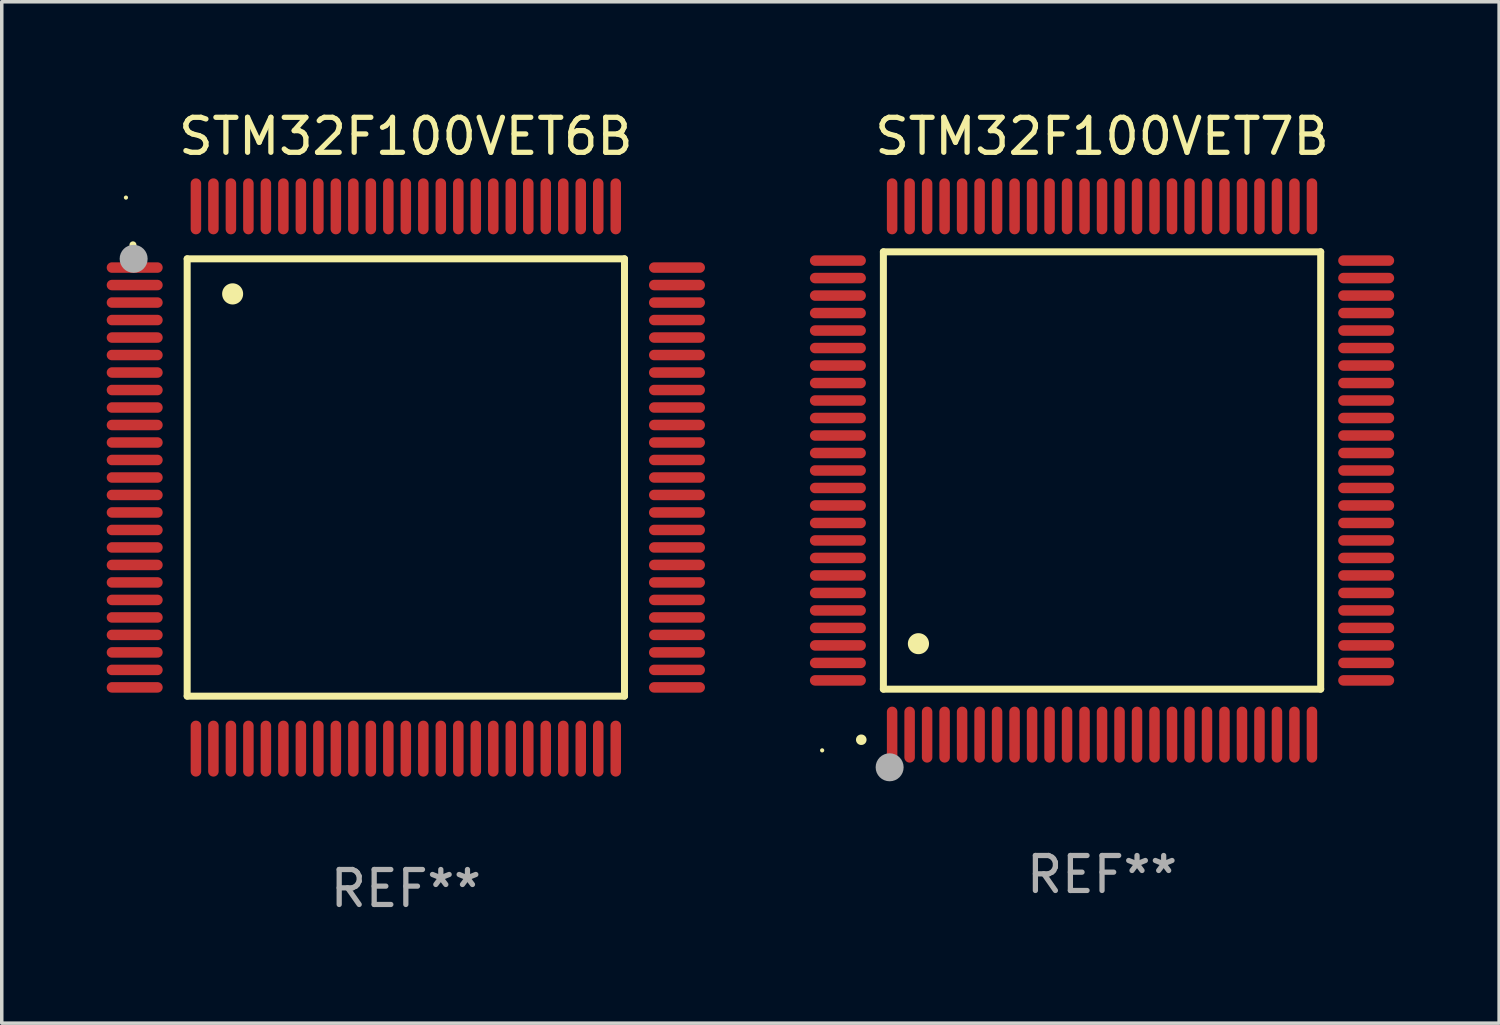
<source format=kicad_pcb>
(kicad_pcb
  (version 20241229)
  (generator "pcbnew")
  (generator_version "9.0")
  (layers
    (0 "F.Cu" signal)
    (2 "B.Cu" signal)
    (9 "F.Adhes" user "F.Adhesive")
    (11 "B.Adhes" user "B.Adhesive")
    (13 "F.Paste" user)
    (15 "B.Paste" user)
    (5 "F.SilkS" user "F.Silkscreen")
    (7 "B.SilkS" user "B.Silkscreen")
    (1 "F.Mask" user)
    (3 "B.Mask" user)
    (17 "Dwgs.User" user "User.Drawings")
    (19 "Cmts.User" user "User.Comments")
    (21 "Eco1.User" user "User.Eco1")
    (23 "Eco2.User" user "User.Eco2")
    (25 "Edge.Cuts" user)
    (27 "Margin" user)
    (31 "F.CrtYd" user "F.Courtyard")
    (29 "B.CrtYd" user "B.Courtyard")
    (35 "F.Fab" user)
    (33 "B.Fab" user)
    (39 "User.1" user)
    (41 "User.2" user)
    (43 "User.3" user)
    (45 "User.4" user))
  (footprint "STM32F100VET6B"
    (layer "F.Cu")
    (at 8.55 10.598)
    (property "Reference" "STM32F100VET6B" (at 0 -9.75 0) (layer "F.SilkS") (effects (font (size 1 1) (thickness 0.15))))
    (attr through_hole)
    (fp_line (start -6.25 -6.25) (end -6.25 6.25) (stroke (width 0.2) (type solid)) (layer "F.SilkS"))
    (fp_line (start -6.25 6.25) (end 6.25 6.25) (stroke (width 0.2) (type solid)) (layer "F.SilkS"))
    (fp_line (start 6.25 -6.25) (end -6.25 -6.25) (stroke (width 0.2) (type solid)) (layer "F.SilkS"))
    (fp_line (start 6.25 6.25) (end 6.25 -6.25) (stroke (width 0.2) (type solid)) (layer "F.SilkS"))
    (fp_arc (start -7.799568 -6.647625) (mid -7.799571 -6.648463) (end -7.799568 -6.649301) (stroke (width 0.2) (type solid)) (layer "F.SilkS"))
    (fp_arc (start -4.95047 -5.245111) (mid -4.950481 -5.247651) (end -4.95047 -5.250191) (stroke (width 0.6) (type solid)) (layer "F.SilkS"))
    (fp_circle (center -8 -8) (end -7.97 -8) (stroke (width 0.06) (type solid)) (fill no) (layer "F.SilkS"))
    (fp_circle (center -7.78 -6.25) (end -7.58 -6.25) (stroke (width 0.4) (type solid)) (fill no) (layer "F.Fab"))
    (fp_text user "REF**" (at 0 11.75 0) (layer "F.Fab") (effects (font (size 1 1) (thickness 0.15))))
    (pad "1" smd oval (at -7.75 -6 90) (size 0.3 1.6) (layers "F.Cu" "F.Mask" "F.Paste"))
    (pad "2" smd oval (at -7.75 -5.5 90) (size 0.3 1.6) (layers "F.Cu" "F.Mask" "F.Paste"))
    (pad "3" smd oval (at -7.75 -5 90) (size 0.3 1.6) (layers "F.Cu" "F.Mask" "F.Paste"))
    (pad "4" smd oval (at -7.75 -4.5 90) (size 0.3 1.6) (layers "F.Cu" "F.Mask" "F.Paste"))
    (pad "5" smd oval (at -7.75 -4 90) (size 0.3 1.6) (layers "F.Cu" "F.Mask" "F.Paste"))
    (pad "6" smd oval (at -7.75 -3.5 90) (size 0.3 1.6) (layers "F.Cu" "F.Mask" "F.Paste"))
    (pad "7" smd oval (at -7.75 -3 90) (size 0.3 1.6) (layers "F.Cu" "F.Mask" "F.Paste"))
    (pad "8" smd oval (at -7.75 -2.5 90) (size 0.3 1.6) (layers "F.Cu" "F.Mask" "F.Paste"))
    (pad "9" smd oval (at -7.75 -2 90) (size 0.3 1.6) (layers "F.Cu" "F.Mask" "F.Paste"))
    (pad "10" smd oval (at -7.75 -1.5 90) (size 0.3 1.6) (layers "F.Cu" "F.Mask" "F.Paste"))
    (pad "11" smd oval (at -7.75 -1 90) (size 0.3 1.6) (layers "F.Cu" "F.Mask" "F.Paste"))
    (pad "12" smd oval (at -7.75 -0.5 90) (size 0.3 1.6) (layers "F.Cu" "F.Mask" "F.Paste"))
    (pad "13" smd oval (at -7.75 0 90) (size 0.3 1.6) (layers "F.Cu" "F.Mask" "F.Paste"))
    (pad "14" smd oval (at -7.75 0.5 90) (size 0.3 1.6) (layers "F.Cu" "F.Mask" "F.Paste"))
    (pad "15" smd oval (at -7.75 1 90) (size 0.3 1.6) (layers "F.Cu" "F.Mask" "F.Paste"))
    (pad "16" smd oval (at -7.75 1.5 90) (size 0.3 1.6) (layers "F.Cu" "F.Mask" "F.Paste"))
    (pad "17" smd oval (at -7.75 2 90) (size 0.3 1.6) (layers "F.Cu" "F.Mask" "F.Paste"))
    (pad "18" smd oval (at -7.75 2.5 90) (size 0.3 1.6) (layers "F.Cu" "F.Mask" "F.Paste"))
    (pad "19" smd oval (at -7.75 3 90) (size 0.3 1.6) (layers "F.Cu" "F.Mask" "F.Paste"))
    (pad "20" smd oval (at -7.75 3.5 90) (size 0.3 1.6) (layers "F.Cu" "F.Mask" "F.Paste"))
    (pad "21" smd oval (at -7.75 4 90) (size 0.3 1.6) (layers "F.Cu" "F.Mask" "F.Paste"))
    (pad "22" smd oval (at -7.75 4.5 90) (size 0.3 1.6) (layers "F.Cu" "F.Mask" "F.Paste"))
    (pad "23" smd oval (at -7.75 5 90) (size 0.3 1.6) (layers "F.Cu" "F.Mask" "F.Paste"))
    (pad "24" smd oval (at -7.75 5.5 90) (size 0.3 1.6) (layers "F.Cu" "F.Mask" "F.Paste"))
    (pad "25" smd oval (at -7.75 6 90) (size 0.3 1.6) (layers "F.Cu" "F.Mask" "F.Paste"))
    (pad "26" smd oval (at -6 7.75) (size 0.3 1.6) (layers "F.Cu" "F.Mask" "F.Paste"))
    (pad "27" smd oval (at -5.5 7.75) (size 0.3 1.6) (layers "F.Cu" "F.Mask" "F.Paste"))
    (pad "28" smd oval (at -5 7.75) (size 0.3 1.6) (layers "F.Cu" "F.Mask" "F.Paste"))
    (pad "29" smd oval (at -4.5 7.75) (size 0.3 1.6) (layers "F.Cu" "F.Mask" "F.Paste"))
    (pad "30" smd oval (at -4 7.75) (size 0.3 1.6) (layers "F.Cu" "F.Mask" "F.Paste"))
    (pad "31" smd oval (at -3.5 7.75) (size 0.3 1.6) (layers "F.Cu" "F.Mask" "F.Paste"))
    (pad "32" smd oval (at -3 7.75) (size 0.3 1.6) (layers "F.Cu" "F.Mask" "F.Paste"))
    (pad "33" smd oval (at -2.5 7.75) (size 0.3 1.6) (layers "F.Cu" "F.Mask" "F.Paste"))
    (pad "34" smd oval (at -2 7.75) (size 0.3 1.6) (layers "F.Cu" "F.Mask" "F.Paste"))
    (pad "35" smd oval (at -1.5 7.75) (size 0.3 1.6) (layers "F.Cu" "F.Mask" "F.Paste"))
    (pad "36" smd oval (at -1 7.75) (size 0.3 1.6) (layers "F.Cu" "F.Mask" "F.Paste"))
    (pad "37" smd oval (at -0.5 7.75) (size 0.3 1.6) (layers "F.Cu" "F.Mask" "F.Paste"))
    (pad "38" smd oval (at 0 7.75) (size 0.3 1.6) (layers "F.Cu" "F.Mask" "F.Paste"))
    (pad "39" smd oval (at 0.5 7.75) (size 0.3 1.6) (layers "F.Cu" "F.Mask" "F.Paste"))
    (pad "40" smd oval (at 1 7.75) (size 0.3 1.6) (layers "F.Cu" "F.Mask" "F.Paste"))
    (pad "41" smd oval (at 1.5 7.75) (size 0.3 1.6) (layers "F.Cu" "F.Mask" "F.Paste"))
    (pad "42" smd oval (at 2 7.75) (size 0.3 1.6) (layers "F.Cu" "F.Mask" "F.Paste"))
    (pad "43" smd oval (at 2.5 7.75) (size 0.3 1.6) (layers "F.Cu" "F.Mask" "F.Paste"))
    (pad "44" smd oval (at 3 7.75) (size 0.3 1.6) (layers "F.Cu" "F.Mask" "F.Paste"))
    (pad "45" smd oval (at 3.5 7.75) (size 0.3 1.6) (layers "F.Cu" "F.Mask" "F.Paste"))
    (pad "46" smd oval (at 4 7.75) (size 0.3 1.6) (layers "F.Cu" "F.Mask" "F.Paste"))
    (pad "47" smd oval (at 4.5 7.75) (size 0.3 1.6) (layers "F.Cu" "F.Mask" "F.Paste"))
    (pad "48" smd oval (at 5 7.75) (size 0.3 1.6) (layers "F.Cu" "F.Mask" "F.Paste"))
    (pad "49" smd oval (at 5.5 7.75) (size 0.3 1.6) (layers "F.Cu" "F.Mask" "F.Paste"))
    (pad "50" smd oval (at 6 7.75) (size 0.3 1.6) (layers "F.Cu" "F.Mask" "F.Paste"))
    (pad "51" smd oval (at 7.75 6 90) (size 0.3 1.6) (layers "F.Cu" "F.Mask" "F.Paste"))
    (pad "52" smd oval (at 7.75 5.5 90) (size 0.3 1.6) (layers "F.Cu" "F.Mask" "F.Paste"))
    (pad "53" smd oval (at 7.75 5 90) (size 0.3 1.6) (layers "F.Cu" "F.Mask" "F.Paste"))
    (pad "54" smd oval (at 7.75 4.5 90) (size 0.3 1.6) (layers "F.Cu" "F.Mask" "F.Paste"))
    (pad "55" smd oval (at 7.75 4 90) (size 0.3 1.6) (layers "F.Cu" "F.Mask" "F.Paste"))
    (pad "56" smd oval (at 7.75 3.5 90) (size 0.3 1.6) (layers "F.Cu" "F.Mask" "F.Paste"))
    (pad "57" smd oval (at 7.75 3 90) (size 0.3 1.6) (layers "F.Cu" "F.Mask" "F.Paste"))
    (pad "58" smd oval (at 7.75 2.5 90) (size 0.3 1.6) (layers "F.Cu" "F.Mask" "F.Paste"))
    (pad "59" smd oval (at 7.75 2 90) (size 0.3 1.6) (layers "F.Cu" "F.Mask" "F.Paste"))
    (pad "60" smd oval (at 7.75 1.5 90) (size 0.3 1.6) (layers "F.Cu" "F.Mask" "F.Paste"))
    (pad "61" smd oval (at 7.75 1 90) (size 0.3 1.6) (layers "F.Cu" "F.Mask" "F.Paste"))
    (pad "62" smd oval (at 7.75 0.5 90) (size 0.3 1.6) (layers "F.Cu" "F.Mask" "F.Paste"))
    (pad "63" smd oval (at 7.75 0 90) (size 0.3 1.6) (layers "F.Cu" "F.Mask" "F.Paste"))
    (pad "64" smd oval (at 7.75 -0.5 90) (size 0.3 1.6) (layers "F.Cu" "F.Mask" "F.Paste"))
    (pad "65" smd oval (at 7.75 -1 90) (size 0.3 1.6) (layers "F.Cu" "F.Mask" "F.Paste"))
    (pad "66" smd oval (at 7.75 -1.5 90) (size 0.3 1.6) (layers "F.Cu" "F.Mask" "F.Paste"))
    (pad "67" smd oval (at 7.75 -2 90) (size 0.3 1.6) (layers "F.Cu" "F.Mask" "F.Paste"))
    (pad "68" smd oval (at 7.75 -2.5 90) (size 0.3 1.6) (layers "F.Cu" "F.Mask" "F.Paste"))
    (pad "69" smd oval (at 7.75 -3 90) (size 0.3 1.6) (layers "F.Cu" "F.Mask" "F.Paste"))
    (pad "70" smd oval (at 7.75 -3.5 90) (size 0.3 1.6) (layers "F.Cu" "F.Mask" "F.Paste"))
    (pad "71" smd oval (at 7.75 -4 90) (size 0.3 1.6) (layers "F.Cu" "F.Mask" "F.Paste"))
    (pad "72" smd oval (at 7.75 -4.5 90) (size 0.3 1.6) (layers "F.Cu" "F.Mask" "F.Paste"))
    (pad "73" smd oval (at 7.75 -5 90) (size 0.3 1.6) (layers "F.Cu" "F.Mask" "F.Paste"))
    (pad "74" smd oval (at 7.75 -5.5 90) (size 0.3 1.6) (layers "F.Cu" "F.Mask" "F.Paste"))
    (pad "75" smd oval (at 7.75 -6 90) (size 0.3 1.6) (layers "F.Cu" "F.Mask" "F.Paste"))
    (pad "76" smd oval (at 6 -7.75) (size 0.3 1.6) (layers "F.Cu" "F.Mask" "F.Paste"))
    (pad "77" smd oval (at 5.5 -7.75) (size 0.3 1.6) (layers "F.Cu" "F.Mask" "F.Paste"))
    (pad "78" smd oval (at 5 -7.75) (size 0.3 1.6) (layers "F.Cu" "F.Mask" "F.Paste"))
    (pad "79" smd oval (at 4.5 -7.75) (size 0.3 1.6) (layers "F.Cu" "F.Mask" "F.Paste"))
    (pad "80" smd oval (at 4 -7.75) (size 0.3 1.6) (layers "F.Cu" "F.Mask" "F.Paste"))
    (pad "81" smd oval (at 3.5 -7.75) (size 0.3 1.6) (layers "F.Cu" "F.Mask" "F.Paste"))
    (pad "82" smd oval (at 3 -7.75) (size 0.3 1.6) (layers "F.Cu" "F.Mask" "F.Paste"))
    (pad "83" smd oval (at 2.5 -7.75) (size 0.3 1.6) (layers "F.Cu" "F.Mask" "F.Paste"))
    (pad "84" smd oval (at 2 -7.75) (size 0.3 1.6) (layers "F.Cu" "F.Mask" "F.Paste"))
    (pad "85" smd oval (at 1.5 -7.75) (size 0.3 1.6) (layers "F.Cu" "F.Mask" "F.Paste"))
    (pad "86" smd oval (at 1 -7.75) (size 0.3 1.6) (layers "F.Cu" "F.Mask" "F.Paste"))
    (pad "87" smd oval (at 0.5 -7.75) (size 0.3 1.6) (layers "F.Cu" "F.Mask" "F.Paste"))
    (pad "88" smd oval (at 0 -7.75) (size 0.3 1.6) (layers "F.Cu" "F.Mask" "F.Paste"))
    (pad "89" smd oval (at -0.5 -7.75) (size 0.3 1.6) (layers "F.Cu" "F.Mask" "F.Paste"))
    (pad "90" smd oval (at -1 -7.75) (size 0.3 1.6) (layers "F.Cu" "F.Mask" "F.Paste"))
    (pad "91" smd oval (at -1.5 -7.75) (size 0.3 1.6) (layers "F.Cu" "F.Mask" "F.Paste"))
    (pad "92" smd oval (at -2 -7.75) (size 0.3 1.6) (layers "F.Cu" "F.Mask" "F.Paste"))
    (pad "93" smd oval (at -2.5 -7.75) (size 0.3 1.6) (layers "F.Cu" "F.Mask" "F.Paste"))
    (pad "94" smd oval (at -3 -7.75) (size 0.3 1.6) (layers "F.Cu" "F.Mask" "F.Paste"))
    (pad "95" smd oval (at -3.5 -7.75) (size 0.3 1.6) (layers "F.Cu" "F.Mask" "F.Paste"))
    (pad "96" smd oval (at -4 -7.75) (size 0.3 1.6) (layers "F.Cu" "F.Mask" "F.Paste"))
    (pad "97" smd oval (at -4.5 -7.75) (size 0.3 1.6) (layers "F.Cu" "F.Mask" "F.Paste"))
    (pad "98" smd oval (at -5 -7.75) (size 0.3 1.6) (layers "F.Cu" "F.Mask" "F.Paste"))
    (pad "99" smd oval (at -5.5 -7.75) (size 0.3 1.6) (layers "F.Cu" "F.Mask" "F.Paste"))
    (pad "100" smd oval (at -6 -7.75) (size 0.3 1.6) (layers "F.Cu" "F.Mask" "F.Paste")))
  (footprint "STM32F100VET7B"
    (layer "F.Cu")
    (at 28.45 10.398)
    (property "Reference" "STM32F100VET7B" (at 0 -9.55 0) (layer "F.SilkS") (effects (font (size 1 1) (thickness 0.15))))
    (attr through_hole)
    (fp_line (start -6.25 -6.25) (end -6.25 6.25) (stroke (width 0.2) (type solid)) (layer "F.SilkS"))
    (fp_line (start -6.25 6.25) (end 6.25 6.25) (stroke (width 0.2) (type solid)) (layer "F.SilkS"))
    (fp_line (start 6.25 -6.25) (end -6.25 -6.25) (stroke (width 0.2) (type solid)) (layer "F.SilkS"))
    (fp_line (start 6.25 6.25) (end 6.25 -6.25) (stroke (width 0.2) (type solid)) (layer "F.SilkS"))
    (fp_arc (start -6.883414 7.696215) (mid -6.882144 7.69621) (end -6.880874 7.696215) (stroke (width 0.3) (type solid)) (layer "F.SilkS"))
    (fp_arc (start -5.250191 4.95047) (mid -5.247651 4.950459) (end -5.245111 4.95047) (stroke (width 0.6) (type solid)) (layer "F.SilkS"))
    (fp_circle (center -8 8) (end -7.97 8) (stroke (width 0.06) (type solid)) (fill no) (layer "F.SilkS"))
    (fp_circle (center -6.071 8.484) (end -5.871 8.484) (stroke (width 0.4) (type solid)) (fill no) (layer "F.Fab"))
    (fp_text user "REF**" (at 0 11.55 0) (layer "F.Fab") (effects (font (size 1 1) (thickness 0.15))))
    (pad "1" smd oval (at -6 7.55) (size 0.3 1.6) (layers "F.Cu" "F.Mask" "F.Paste"))
    (pad "2" smd oval (at -5.5 7.55) (size 0.3 1.6) (layers "F.Cu" "F.Mask" "F.Paste"))
    (pad "3" smd oval (at -5 7.55) (size 0.3 1.6) (layers "F.Cu" "F.Mask" "F.Paste"))
    (pad "4" smd oval (at -4.5 7.55) (size 0.3 1.6) (layers "F.Cu" "F.Mask" "F.Paste"))
    (pad "5" smd oval (at -4 7.55) (size 0.3 1.6) (layers "F.Cu" "F.Mask" "F.Paste"))
    (pad "6" smd oval (at -3.5 7.55) (size 0.3 1.6) (layers "F.Cu" "F.Mask" "F.Paste"))
    (pad "7" smd oval (at -3 7.55) (size 0.3 1.6) (layers "F.Cu" "F.Mask" "F.Paste"))
    (pad "8" smd oval (at -2.5 7.55) (size 0.3 1.6) (layers "F.Cu" "F.Mask" "F.Paste"))
    (pad "9" smd oval (at -2 7.55) (size 0.3 1.6) (layers "F.Cu" "F.Mask" "F.Paste"))
    (pad "10" smd oval (at -1.5 7.55) (size 0.3 1.6) (layers "F.Cu" "F.Mask" "F.Paste"))
    (pad "11" smd oval (at -1 7.55) (size 0.3 1.6) (layers "F.Cu" "F.Mask" "F.Paste"))
    (pad "12" smd oval (at -0.5 7.55) (size 0.3 1.6) (layers "F.Cu" "F.Mask" "F.Paste"))
    (pad "13" smd oval (at 0 7.55) (size 0.3 1.6) (layers "F.Cu" "F.Mask" "F.Paste"))
    (pad "14" smd oval (at 0.5 7.55) (size 0.3 1.6) (layers "F.Cu" "F.Mask" "F.Paste"))
    (pad "15" smd oval (at 1 7.55) (size 0.3 1.6) (layers "F.Cu" "F.Mask" "F.Paste"))
    (pad "16" smd oval (at 1.5 7.55) (size 0.3 1.6) (layers "F.Cu" "F.Mask" "F.Paste"))
    (pad "17" smd oval (at 2 7.55) (size 0.3 1.6) (layers "F.Cu" "F.Mask" "F.Paste"))
    (pad "18" smd oval (at 2.5 7.55) (size 0.3 1.6) (layers "F.Cu" "F.Mask" "F.Paste"))
    (pad "19" smd oval (at 3 7.55) (size 0.3 1.6) (layers "F.Cu" "F.Mask" "F.Paste"))
    (pad "20" smd oval (at 3.5 7.55) (size 0.3 1.6) (layers "F.Cu" "F.Mask" "F.Paste"))
    (pad "21" smd oval (at 4 7.55) (size 0.3 1.6) (layers "F.Cu" "F.Mask" "F.Paste"))
    (pad "22" smd oval (at 4.5 7.55) (size 0.3 1.6) (layers "F.Cu" "F.Mask" "F.Paste"))
    (pad "23" smd oval (at 5 7.55) (size 0.3 1.6) (layers "F.Cu" "F.Mask" "F.Paste"))
    (pad "24" smd oval (at 5.5 7.55) (size 0.3 1.6) (layers "F.Cu" "F.Mask" "F.Paste"))
    (pad "25" smd oval (at 6 7.55) (size 0.3 1.6) (layers "F.Cu" "F.Mask" "F.Paste"))
    (pad "26" smd oval (at 7.55 6) (size 1.6 0.3) (layers "F.Cu" "F.Mask" "F.Paste"))
    (pad "27" smd oval (at 7.55 5.5) (size 1.6 0.3) (layers "F.Cu" "F.Mask" "F.Paste"))
    (pad "28" smd oval (at 7.55 5) (size 1.6 0.3) (layers "F.Cu" "F.Mask" "F.Paste"))
    (pad "29" smd oval (at 7.55 4.5) (size 1.6 0.3) (layers "F.Cu" "F.Mask" "F.Paste"))
    (pad "30" smd oval (at 7.55 4) (size 1.6 0.3) (layers "F.Cu" "F.Mask" "F.Paste"))
    (pad "31" smd oval (at 7.55 3.5) (size 1.6 0.3) (layers "F.Cu" "F.Mask" "F.Paste"))
    (pad "32" smd oval (at 7.55 3) (size 1.6 0.3) (layers "F.Cu" "F.Mask" "F.Paste"))
    (pad "33" smd oval (at 7.55 2.5) (size 1.6 0.3) (layers "F.Cu" "F.Mask" "F.Paste"))
    (pad "34" smd oval (at 7.55 2) (size 1.6 0.3) (layers "F.Cu" "F.Mask" "F.Paste"))
    (pad "35" smd oval (at 7.55 1.5) (size 1.6 0.3) (layers "F.Cu" "F.Mask" "F.Paste"))
    (pad "36" smd oval (at 7.55 1) (size 1.6 0.3) (layers "F.Cu" "F.Mask" "F.Paste"))
    (pad "37" smd oval (at 7.55 0.5) (size 1.6 0.3) (layers "F.Cu" "F.Mask" "F.Paste"))
    (pad "38" smd oval (at 7.55 0) (size 1.6 0.3) (layers "F.Cu" "F.Mask" "F.Paste"))
    (pad "39" smd oval (at 7.55 -0.5) (size 1.6 0.3) (layers "F.Cu" "F.Mask" "F.Paste"))
    (pad "40" smd oval (at 7.55 -1) (size 1.6 0.3) (layers "F.Cu" "F.Mask" "F.Paste"))
    (pad "41" smd oval (at 7.55 -1.5) (size 1.6 0.3) (layers "F.Cu" "F.Mask" "F.Paste"))
    (pad "42" smd oval (at 7.55 -2) (size 1.6 0.3) (layers "F.Cu" "F.Mask" "F.Paste"))
    (pad "43" smd oval (at 7.55 -2.5) (size 1.6 0.3) (layers "F.Cu" "F.Mask" "F.Paste"))
    (pad "44" smd oval (at 7.55 -3) (size 1.6 0.3) (layers "F.Cu" "F.Mask" "F.Paste"))
    (pad "45" smd oval (at 7.55 -3.5) (size 1.6 0.3) (layers "F.Cu" "F.Mask" "F.Paste"))
    (pad "46" smd oval (at 7.55 -4) (size 1.6 0.3) (layers "F.Cu" "F.Mask" "F.Paste"))
    (pad "47" smd oval (at 7.55 -4.5) (size 1.6 0.3) (layers "F.Cu" "F.Mask" "F.Paste"))
    (pad "48" smd oval (at 7.55 -5) (size 1.6 0.3) (layers "F.Cu" "F.Mask" "F.Paste"))
    (pad "49" smd oval (at 7.55 -5.5) (size 1.6 0.3) (layers "F.Cu" "F.Mask" "F.Paste"))
    (pad "50" smd oval (at 7.55 -6) (size 1.6 0.3) (layers "F.Cu" "F.Mask" "F.Paste"))
    (pad "51" smd oval (at 6 -7.55) (size 0.3 1.6) (layers "F.Cu" "F.Mask" "F.Paste"))
    (pad "52" smd oval (at 5.5 -7.55) (size 0.3 1.6) (layers "F.Cu" "F.Mask" "F.Paste"))
    (pad "53" smd oval (at 5 -7.55) (size 0.3 1.6) (layers "F.Cu" "F.Mask" "F.Paste"))
    (pad "54" smd oval (at 4.5 -7.55) (size 0.3 1.6) (layers "F.Cu" "F.Mask" "F.Paste"))
    (pad "55" smd oval (at 4 -7.55) (size 0.3 1.6) (layers "F.Cu" "F.Mask" "F.Paste"))
    (pad "56" smd oval (at 3.5 -7.55) (size 0.3 1.6) (layers "F.Cu" "F.Mask" "F.Paste"))
    (pad "57" smd oval (at 3 -7.55) (size 0.3 1.6) (layers "F.Cu" "F.Mask" "F.Paste"))
    (pad "58" smd oval (at 2.5 -7.55) (size 0.3 1.6) (layers "F.Cu" "F.Mask" "F.Paste"))
    (pad "59" smd oval (at 2 -7.55) (size 0.3 1.6) (layers "F.Cu" "F.Mask" "F.Paste"))
    (pad "60" smd oval (at 1.5 -7.55) (size 0.3 1.6) (layers "F.Cu" "F.Mask" "F.Paste"))
    (pad "61" smd oval (at 1 -7.55) (size 0.3 1.6) (layers "F.Cu" "F.Mask" "F.Paste"))
    (pad "62" smd oval (at 0.5 -7.55) (size 0.3 1.6) (layers "F.Cu" "F.Mask" "F.Paste"))
    (pad "63" smd oval (at 0 -7.55) (size 0.3 1.6) (layers "F.Cu" "F.Mask" "F.Paste"))
    (pad "64" smd oval (at -0.5 -7.55) (size 0.3 1.6) (layers "F.Cu" "F.Mask" "F.Paste"))
    (pad "65" smd oval (at -1 -7.55) (size 0.3 1.6) (layers "F.Cu" "F.Mask" "F.Paste"))
    (pad "66" smd oval (at -1.5 -7.55) (size 0.3 1.6) (layers "F.Cu" "F.Mask" "F.Paste"))
    (pad "67" smd oval (at -2 -7.55) (size 0.3 1.6) (layers "F.Cu" "F.Mask" "F.Paste"))
    (pad "68" smd oval (at -2.5 -7.55) (size 0.3 1.6) (layers "F.Cu" "F.Mask" "F.Paste"))
    (pad "69" smd oval (at -3 -7.55) (size 0.3 1.6) (layers "F.Cu" "F.Mask" "F.Paste"))
    (pad "70" smd oval (at -3.5 -7.55) (size 0.3 1.6) (layers "F.Cu" "F.Mask" "F.Paste"))
    (pad "71" smd oval (at -4 -7.55) (size 0.3 1.6) (layers "F.Cu" "F.Mask" "F.Paste"))
    (pad "72" smd oval (at -4.5 -7.55) (size 0.3 1.6) (layers "F.Cu" "F.Mask" "F.Paste"))
    (pad "73" smd oval (at -5 -7.55) (size 0.3 1.6) (layers "F.Cu" "F.Mask" "F.Paste"))
    (pad "74" smd oval (at -5.5 -7.55) (size 0.3 1.6) (layers "F.Cu" "F.Mask" "F.Paste"))
    (pad "75" smd oval (at -6 -7.55) (size 0.3 1.6) (layers "F.Cu" "F.Mask" "F.Paste"))
    (pad "76" smd oval (at -7.55 -6) (size 1.6 0.3) (layers "F.Cu" "F.Mask" "F.Paste"))
    (pad "77" smd oval (at -7.55 -5.5) (size 1.6 0.3) (layers "F.Cu" "F.Mask" "F.Paste"))
    (pad "78" smd oval (at -7.55 -5) (size 1.6 0.3) (layers "F.Cu" "F.Mask" "F.Paste"))
    (pad "79" smd oval (at -7.55 -4.5) (size 1.6 0.3) (layers "F.Cu" "F.Mask" "F.Paste"))
    (pad "80" smd oval (at -7.55 -4) (size 1.6 0.3) (layers "F.Cu" "F.Mask" "F.Paste"))
    (pad "81" smd oval (at -7.55 -3.5) (size 1.6 0.3) (layers "F.Cu" "F.Mask" "F.Paste"))
    (pad "82" smd oval (at -7.55 -3) (size 1.6 0.3) (layers "F.Cu" "F.Mask" "F.Paste"))
    (pad "83" smd oval (at -7.55 -2.5) (size 1.6 0.3) (layers "F.Cu" "F.Mask" "F.Paste"))
    (pad "84" smd oval (at -7.55 -2) (size 1.6 0.3) (layers "F.Cu" "F.Mask" "F.Paste"))
    (pad "85" smd oval (at -7.55 -1.5) (size 1.6 0.3) (layers "F.Cu" "F.Mask" "F.Paste"))
    (pad "86" smd oval (at -7.55 -1) (size 1.6 0.3) (layers "F.Cu" "F.Mask" "F.Paste"))
    (pad "87" smd oval (at -7.55 -0.5) (size 1.6 0.3) (layers "F.Cu" "F.Mask" "F.Paste"))
    (pad "88" smd oval (at -7.55 0) (size 1.6 0.3) (layers "F.Cu" "F.Mask" "F.Paste"))
    (pad "89" smd oval (at -7.55 0.5) (size 1.6 0.3) (layers "F.Cu" "F.Mask" "F.Paste"))
    (pad "90" smd oval (at -7.55 1) (size 1.6 0.3) (layers "F.Cu" "F.Mask" "F.Paste"))
    (pad "91" smd oval (at -7.55 1.5) (size 1.6 0.3) (layers "F.Cu" "F.Mask" "F.Paste"))
    (pad "92" smd oval (at -7.55 2) (size 1.6 0.3) (layers "F.Cu" "F.Mask" "F.Paste"))
    (pad "93" smd oval (at -7.55 2.5) (size 1.6 0.3) (layers "F.Cu" "F.Mask" "F.Paste"))
    (pad "94" smd oval (at -7.55 3) (size 1.6 0.3) (layers "F.Cu" "F.Mask" "F.Paste"))
    (pad "95" smd oval (at -7.55 3.5) (size 1.6 0.3) (layers "F.Cu" "F.Mask" "F.Paste"))
    (pad "96" smd oval (at -7.55 4) (size 1.6 0.3) (layers "F.Cu" "F.Mask" "F.Paste"))
    (pad "97" smd oval (at -7.55 4.5) (size 1.6 0.3) (layers "F.Cu" "F.Mask" "F.Paste"))
    (pad "98" smd oval (at -7.55 5) (size 1.6 0.3) (layers "F.Cu" "F.Mask" "F.Paste"))
    (pad "99" smd oval (at -7.55 5.5) (size 1.6 0.3) (layers "F.Cu" "F.Mask" "F.Paste"))
    (pad "100" smd oval (at -7.55 6) (size 1.6 0.3) (layers "F.Cu" "F.Mask" "F.Paste")))
  (gr_rect
    (start -3 -3)
    (end 39.8 26.196)
    (stroke (width 0.1) (type default))
    (fill no)
    (layer "Edge.Cuts")))
</source>
